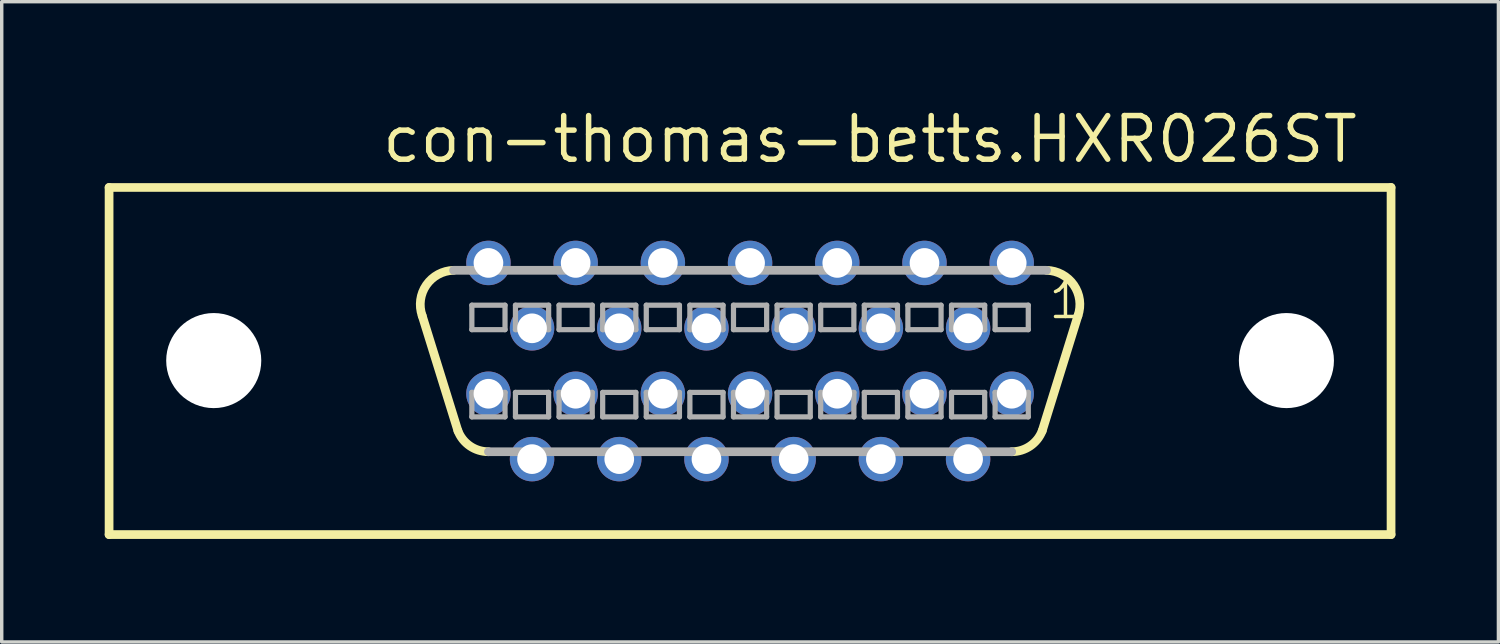
<source format=kicad_pcb>
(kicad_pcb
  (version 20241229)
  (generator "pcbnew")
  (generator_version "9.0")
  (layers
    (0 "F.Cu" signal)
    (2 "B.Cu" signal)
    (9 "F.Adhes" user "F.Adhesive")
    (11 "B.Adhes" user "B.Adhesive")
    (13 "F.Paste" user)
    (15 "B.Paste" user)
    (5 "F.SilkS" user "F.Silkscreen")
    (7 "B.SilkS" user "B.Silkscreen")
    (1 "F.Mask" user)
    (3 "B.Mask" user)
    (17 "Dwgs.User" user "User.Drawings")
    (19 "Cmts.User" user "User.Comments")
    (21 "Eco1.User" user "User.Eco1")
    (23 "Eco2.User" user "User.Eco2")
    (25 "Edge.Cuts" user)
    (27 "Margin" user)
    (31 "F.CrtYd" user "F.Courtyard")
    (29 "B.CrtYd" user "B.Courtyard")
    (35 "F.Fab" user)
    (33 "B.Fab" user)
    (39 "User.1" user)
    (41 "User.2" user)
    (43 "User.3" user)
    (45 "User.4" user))
  (footprint "con-thomas-betts.HXR026ST"
    (layer "F.Cu")
    (at 18.796 7.465)
    (property "Reference" "con-thomas-betts.HXR026ST" (at -10.795 -5.715 0) (layer "F.SilkS") (effects (font (size 1.27 1.27) (thickness 0.16)) (justify left bottom)))
    (attr through_hole)
    (fp_line (start -18.669 -5.055) (end 18.669 -5.055) (stroke (width 0.254) (type default)) (layer "F.SilkS"))
    (fp_line (start -18.669 5.055) (end -18.669 -5.055) (stroke (width 0.254) (type default)) (layer "F.SilkS"))
    (fp_line (start -8.509 2.032) (end -9.55 -1.321) (stroke (width 0.254) (type default)) (layer "F.SilkS"))
    (fp_line (start 8.509 2.032) (end 9.55 -1.321) (stroke (width 0.254) (type default)) (layer "F.SilkS"))
    (fp_line (start 18.669 -5.055) (end 18.669 5.055) (stroke (width 0.254) (type default)) (layer "F.SilkS"))
    (fp_line (start 18.669 5.055) (end -18.669 5.055) (stroke (width 0.254) (type default)) (layer "F.SilkS"))
    (fp_arc (start -9.5504 -1.3208) (mid -9.428543 -2.213361) (end -8.636 -2.6416) (stroke (width 0.254) (type default)) (layer "F.SilkS"))
    (fp_arc (start -7.62 2.6416) (mid -8.159029 2.474654) (end -8.509 2.032) (stroke (width 0.254) (type default)) (layer "F.SilkS"))
    (fp_arc (start 8.509 2.032) (mid 8.159029 2.474654) (end 7.62 2.6416) (stroke (width 0.254) (type default)) (layer "F.SilkS"))
    (fp_arc (start 8.636 -2.6416) (mid 9.428543 -2.213361) (end 9.5504 -1.3208) (stroke (width 0.254) (type default)) (layer "F.SilkS"))
    (fp_line (start -8.103 -1.626) (end -8.103 -0.914) (stroke (width 0.152) (type default)) (layer "F.Fab"))
    (fp_line (start -8.103 -0.914) (end -7.137 -0.914) (stroke (width 0.152) (type default)) (layer "F.Fab"))
    (fp_line (start -8.103 0.914) (end -8.103 1.626) (stroke (width 0.152) (type default)) (layer "F.Fab"))
    (fp_line (start -8.103 1.626) (end -7.137 1.626) (stroke (width 0.152) (type default)) (layer "F.Fab"))
    (fp_line (start -7.137 -1.626) (end -8.103 -1.626) (stroke (width 0.152) (type default)) (layer "F.Fab"))
    (fp_line (start -7.137 -0.914) (end -7.137 -1.626) (stroke (width 0.152) (type default)) (layer "F.Fab"))
    (fp_line (start -7.137 0.914) (end -8.103 0.914) (stroke (width 0.152) (type default)) (layer "F.Fab"))
    (fp_line (start -7.137 1.626) (end -7.137 0.914) (stroke (width 0.152) (type default)) (layer "F.Fab"))
    (fp_line (start -6.833 -1.626) (end -6.833 -0.914) (stroke (width 0.152) (type default)) (layer "F.Fab"))
    (fp_line (start -6.833 -0.914) (end -5.867 -0.914) (stroke (width 0.152) (type default)) (layer "F.Fab"))
    (fp_line (start -6.833 0.914) (end -6.833 1.626) (stroke (width 0.152) (type default)) (layer "F.Fab"))
    (fp_line (start -6.833 1.626) (end -5.867 1.626) (stroke (width 0.152) (type default)) (layer "F.Fab"))
    (fp_line (start -5.867 -1.626) (end -6.833 -1.626) (stroke (width 0.152) (type default)) (layer "F.Fab"))
    (fp_line (start -5.867 -0.914) (end -5.867 -1.626) (stroke (width 0.152) (type default)) (layer "F.Fab"))
    (fp_line (start -5.867 0.914) (end -6.833 0.914) (stroke (width 0.152) (type default)) (layer "F.Fab"))
    (fp_line (start -5.867 1.626) (end -5.867 0.914) (stroke (width 0.152) (type default)) (layer "F.Fab"))
    (fp_line (start -5.563 -1.626) (end -5.563 -0.914) (stroke (width 0.152) (type default)) (layer "F.Fab"))
    (fp_line (start -5.563 -0.914) (end -4.597 -0.914) (stroke (width 0.152) (type default)) (layer "F.Fab"))
    (fp_line (start -5.563 0.914) (end -5.563 1.626) (stroke (width 0.152) (type default)) (layer "F.Fab"))
    (fp_line (start -5.563 1.626) (end -4.597 1.626) (stroke (width 0.152) (type default)) (layer "F.Fab"))
    (fp_line (start -4.597 -1.626) (end -5.563 -1.626) (stroke (width 0.152) (type default)) (layer "F.Fab"))
    (fp_line (start -4.597 -0.914) (end -4.597 -1.626) (stroke (width 0.152) (type default)) (layer "F.Fab"))
    (fp_line (start -4.597 0.914) (end -5.563 0.914) (stroke (width 0.152) (type default)) (layer "F.Fab"))
    (fp_line (start -4.597 1.626) (end -4.597 0.914) (stroke (width 0.152) (type default)) (layer "F.Fab"))
    (fp_line (start -4.293 -1.626) (end -4.293 -0.914) (stroke (width 0.152) (type default)) (layer "F.Fab"))
    (fp_line (start -4.293 -0.914) (end -3.327 -0.914) (stroke (width 0.152) (type default)) (layer "F.Fab"))
    (fp_line (start -4.293 0.914) (end -4.293 1.626) (stroke (width 0.152) (type default)) (layer "F.Fab"))
    (fp_line (start -4.293 1.626) (end -3.327 1.626) (stroke (width 0.152) (type default)) (layer "F.Fab"))
    (fp_line (start -3.327 -1.626) (end -4.293 -1.626) (stroke (width 0.152) (type default)) (layer "F.Fab"))
    (fp_line (start -3.327 -0.914) (end -3.327 -1.626) (stroke (width 0.152) (type default)) (layer "F.Fab"))
    (fp_line (start -3.327 0.914) (end -4.293 0.914) (stroke (width 0.152) (type default)) (layer "F.Fab"))
    (fp_line (start -3.327 1.626) (end -3.327 0.914) (stroke (width 0.152) (type default)) (layer "F.Fab"))
    (fp_line (start -3.023 -1.626) (end -3.023 -0.914) (stroke (width 0.152) (type default)) (layer "F.Fab"))
    (fp_line (start -3.023 -0.914) (end -2.057 -0.914) (stroke (width 0.152) (type default)) (layer "F.Fab"))
    (fp_line (start -3.023 0.914) (end -3.023 1.626) (stroke (width 0.152) (type default)) (layer "F.Fab"))
    (fp_line (start -3.023 1.626) (end -2.057 1.626) (stroke (width 0.152) (type default)) (layer "F.Fab"))
    (fp_line (start -2.057 -1.626) (end -3.023 -1.626) (stroke (width 0.152) (type default)) (layer "F.Fab"))
    (fp_line (start -2.057 -0.914) (end -2.057 -1.626) (stroke (width 0.152) (type default)) (layer "F.Fab"))
    (fp_line (start -2.057 0.914) (end -3.023 0.914) (stroke (width 0.152) (type default)) (layer "F.Fab"))
    (fp_line (start -2.057 1.626) (end -2.057 0.914) (stroke (width 0.152) (type default)) (layer "F.Fab"))
    (fp_line (start -1.753 -1.626) (end -1.753 -0.914) (stroke (width 0.152) (type default)) (layer "F.Fab"))
    (fp_line (start -1.753 -0.914) (end -0.787 -0.914) (stroke (width 0.152) (type default)) (layer "F.Fab"))
    (fp_line (start -1.753 0.914) (end -1.753 1.626) (stroke (width 0.152) (type default)) (layer "F.Fab"))
    (fp_line (start -1.753 1.626) (end -0.787 1.626) (stroke (width 0.152) (type default)) (layer "F.Fab"))
    (fp_line (start -0.787 -1.626) (end -1.753 -1.626) (stroke (width 0.152) (type default)) (layer "F.Fab"))
    (fp_line (start -0.787 -0.914) (end -0.787 -1.626) (stroke (width 0.152) (type default)) (layer "F.Fab"))
    (fp_line (start -0.787 0.914) (end -1.753 0.914) (stroke (width 0.152) (type default)) (layer "F.Fab"))
    (fp_line (start -0.787 1.626) (end -0.787 0.914) (stroke (width 0.152) (type default)) (layer "F.Fab"))
    (fp_line (start -0.483 -1.626) (end -0.483 -0.914) (stroke (width 0.152) (type default)) (layer "F.Fab"))
    (fp_line (start -0.483 -0.914) (end 0.483 -0.914) (stroke (width 0.152) (type default)) (layer "F.Fab"))
    (fp_line (start -0.483 0.914) (end -0.483 1.626) (stroke (width 0.152) (type default)) (layer "F.Fab"))
    (fp_line (start -0.483 1.626) (end 0.483 1.626) (stroke (width 0.152) (type default)) (layer "F.Fab"))
    (fp_line (start 0.483 -1.626) (end -0.483 -1.626) (stroke (width 0.152) (type default)) (layer "F.Fab"))
    (fp_line (start 0.483 -0.914) (end 0.483 -1.626) (stroke (width 0.152) (type default)) (layer "F.Fab"))
    (fp_line (start 0.483 0.914) (end -0.483 0.914) (stroke (width 0.152) (type default)) (layer "F.Fab"))
    (fp_line (start 0.483 1.626) (end 0.483 0.914) (stroke (width 0.152) (type default)) (layer "F.Fab"))
    (fp_line (start 0.787 -1.626) (end 0.787 -0.914) (stroke (width 0.152) (type default)) (layer "F.Fab"))
    (fp_line (start 0.787 -0.914) (end 1.753 -0.914) (stroke (width 0.152) (type default)) (layer "F.Fab"))
    (fp_line (start 0.787 0.914) (end 0.787 1.626) (stroke (width 0.152) (type default)) (layer "F.Fab"))
    (fp_line (start 0.787 1.626) (end 1.753 1.626) (stroke (width 0.152) (type default)) (layer "F.Fab"))
    (fp_line (start 1.753 -1.626) (end 0.787 -1.626) (stroke (width 0.152) (type default)) (layer "F.Fab"))
    (fp_line (start 1.753 -0.914) (end 1.753 -1.626) (stroke (width 0.152) (type default)) (layer "F.Fab"))
    (fp_line (start 1.753 0.914) (end 0.787 0.914) (stroke (width 0.152) (type default)) (layer "F.Fab"))
    (fp_line (start 1.753 1.626) (end 1.753 0.914) (stroke (width 0.152) (type default)) (layer "F.Fab"))
    (fp_line (start 2.057 -1.626) (end 2.057 -0.914) (stroke (width 0.152) (type default)) (layer "F.Fab"))
    (fp_line (start 2.057 -0.914) (end 3.023 -0.914) (stroke (width 0.152) (type default)) (layer "F.Fab"))
    (fp_line (start 2.057 0.914) (end 2.057 1.626) (stroke (width 0.152) (type default)) (layer "F.Fab"))
    (fp_line (start 2.057 1.626) (end 3.023 1.626) (stroke (width 0.152) (type default)) (layer "F.Fab"))
    (fp_line (start 3.023 -1.626) (end 2.057 -1.626) (stroke (width 0.152) (type default)) (layer "F.Fab"))
    (fp_line (start 3.023 -0.914) (end 3.023 -1.626) (stroke (width 0.152) (type default)) (layer "F.Fab"))
    (fp_line (start 3.023 0.914) (end 2.057 0.914) (stroke (width 0.152) (type default)) (layer "F.Fab"))
    (fp_line (start 3.023 1.626) (end 3.023 0.914) (stroke (width 0.152) (type default)) (layer "F.Fab"))
    (fp_line (start 3.327 -1.626) (end 3.327 -0.914) (stroke (width 0.152) (type default)) (layer "F.Fab"))
    (fp_line (start 3.327 -0.914) (end 4.293 -0.914) (stroke (width 0.152) (type default)) (layer "F.Fab"))
    (fp_line (start 3.327 0.914) (end 3.327 1.626) (stroke (width 0.152) (type default)) (layer "F.Fab"))
    (fp_line (start 3.327 1.626) (end 4.293 1.626) (stroke (width 0.152) (type default)) (layer "F.Fab"))
    (fp_line (start 4.293 -1.626) (end 3.327 -1.626) (stroke (width 0.152) (type default)) (layer "F.Fab"))
    (fp_line (start 4.293 -0.914) (end 4.293 -1.626) (stroke (width 0.152) (type default)) (layer "F.Fab"))
    (fp_line (start 4.293 0.914) (end 3.327 0.914) (stroke (width 0.152) (type default)) (layer "F.Fab"))
    (fp_line (start 4.293 1.626) (end 4.293 0.914) (stroke (width 0.152) (type default)) (layer "F.Fab"))
    (fp_line (start 4.597 -1.626) (end 4.597 -0.914) (stroke (width 0.152) (type default)) (layer "F.Fab"))
    (fp_line (start 4.597 -0.914) (end 5.563 -0.914) (stroke (width 0.152) (type default)) (layer "F.Fab"))
    (fp_line (start 4.597 0.914) (end 4.597 1.626) (stroke (width 0.152) (type default)) (layer "F.Fab"))
    (fp_line (start 4.597 1.626) (end 5.563 1.626) (stroke (width 0.152) (type default)) (layer "F.Fab"))
    (fp_line (start 5.563 -1.626) (end 4.597 -1.626) (stroke (width 0.152) (type default)) (layer "F.Fab"))
    (fp_line (start 5.563 -0.914) (end 5.563 -1.626) (stroke (width 0.152) (type default)) (layer "F.Fab"))
    (fp_line (start 5.563 0.914) (end 4.597 0.914) (stroke (width 0.152) (type default)) (layer "F.Fab"))
    (fp_line (start 5.563 1.626) (end 5.563 0.914) (stroke (width 0.152) (type default)) (layer "F.Fab"))
    (fp_line (start 5.867 -1.626) (end 5.867 -0.914) (stroke (width 0.152) (type default)) (layer "F.Fab"))
    (fp_line (start 5.867 -0.914) (end 6.833 -0.914) (stroke (width 0.152) (type default)) (layer "F.Fab"))
    (fp_line (start 5.867 0.914) (end 5.867 1.626) (stroke (width 0.152) (type default)) (layer "F.Fab"))
    (fp_line (start 5.867 1.626) (end 6.833 1.626) (stroke (width 0.152) (type default)) (layer "F.Fab"))
    (fp_line (start 6.833 -1.626) (end 5.867 -1.626) (stroke (width 0.152) (type default)) (layer "F.Fab"))
    (fp_line (start 6.833 -0.914) (end 6.833 -1.626) (stroke (width 0.152) (type default)) (layer "F.Fab"))
    (fp_line (start 6.833 0.914) (end 5.867 0.914) (stroke (width 0.152) (type default)) (layer "F.Fab"))
    (fp_line (start 6.833 1.626) (end 6.833 0.914) (stroke (width 0.152) (type default)) (layer "F.Fab"))
    (fp_line (start 7.137 -1.626) (end 7.137 -0.914) (stroke (width 0.152) (type default)) (layer "F.Fab"))
    (fp_line (start 7.137 -0.914) (end 8.103 -0.914) (stroke (width 0.152) (type default)) (layer "F.Fab"))
    (fp_line (start 7.137 0.914) (end 7.137 1.626) (stroke (width 0.152) (type default)) (layer "F.Fab"))
    (fp_line (start 7.137 1.626) (end 8.103 1.626) (stroke (width 0.152) (type default)) (layer "F.Fab"))
    (fp_line (start 7.62 2.642) (end -7.62 2.642) (stroke (width 0.254) (type default)) (layer "F.Fab"))
    (fp_line (start 8.103 -1.626) (end 7.137 -1.626) (stroke (width 0.152) (type default)) (layer "F.Fab"))
    (fp_line (start 8.103 -0.914) (end 8.103 -1.626) (stroke (width 0.152) (type default)) (layer "F.Fab"))
    (fp_line (start 8.103 0.914) (end 7.137 0.914) (stroke (width 0.152) (type default)) (layer "F.Fab"))
    (fp_line (start 8.103 1.626) (end 8.103 0.914) (stroke (width 0.152) (type default)) (layer "F.Fab"))
    (fp_line (start 8.636 -2.642) (end -8.636 -2.642) (stroke (width 0.254) (type default)) (layer "F.Fab"))
    (fp_text user "1" (at 8.636 -1.168 0) (layer "F.SilkS") (effects (font (size 1.016 1.016) (thickness 0.1)) (justify left bottom)))
    (pad "" np_thru_hole circle (at -15.621 -0.013) (size 2.769 2.769) (drill 2.769) (layers "*.Cu" "*.Mask"))
    (pad "" np_thru_hole circle (at 15.621 -0.013) (size 2.769 2.769) (drill 2.769) (layers "*.Cu" "*.Mask"))
    (pad "1" thru_hole circle (at 7.62 -2.857) (size 1.295 1.295) (drill 0.864) (layers "*.Cu" "*.Mask"))
    (pad "2" thru_hole circle (at 6.35 -0.953) (size 1.295 1.295) (drill 0.864) (layers "*.Cu" "*.Mask"))
    (pad "3" thru_hole circle (at 5.08 -2.857) (size 1.295 1.295) (drill 0.864) (layers "*.Cu" "*.Mask"))
    (pad "4" thru_hole circle (at 3.81 -0.953) (size 1.295 1.295) (drill 0.864) (layers "*.Cu" "*.Mask"))
    (pad "5" thru_hole circle (at 2.54 -2.857) (size 1.295 1.295) (drill 0.864) (layers "*.Cu" "*.Mask"))
    (pad "6" thru_hole circle (at 1.27 -0.953) (size 1.295 1.295) (drill 0.864) (layers "*.Cu" "*.Mask"))
    (pad "7" thru_hole circle (at 0 -2.857) (size 1.295 1.295) (drill 0.864) (layers "*.Cu" "*.Mask"))
    (pad "8" thru_hole circle (at -1.27 -0.953) (size 1.295 1.295) (drill 0.864) (layers "*.Cu" "*.Mask"))
    (pad "9" thru_hole circle (at -2.54 -2.857) (size 1.295 1.295) (drill 0.864) (layers "*.Cu" "*.Mask"))
    (pad "10" thru_hole circle (at -3.81 -0.953) (size 1.295 1.295) (drill 0.864) (layers "*.Cu" "*.Mask"))
    (pad "11" thru_hole circle (at -5.08 -2.857) (size 1.295 1.295) (drill 0.864) (layers "*.Cu" "*.Mask"))
    (pad "12" thru_hole circle (at -6.35 -0.953) (size 1.295 1.295) (drill 0.864) (layers "*.Cu" "*.Mask"))
    (pad "13" thru_hole circle (at -7.62 -2.857) (size 1.295 1.295) (drill 0.864) (layers "*.Cu" "*.Mask"))
    (pad "14" thru_hole circle (at 7.62 0.953) (size 1.295 1.295) (drill 0.864) (layers "*.Cu" "*.Mask"))
    (pad "15" thru_hole circle (at 6.35 2.857) (size 1.295 1.295) (drill 0.864) (layers "*.Cu" "*.Mask"))
    (pad "16" thru_hole circle (at 5.08 0.953) (size 1.295 1.295) (drill 0.864) (layers "*.Cu" "*.Mask"))
    (pad "17" thru_hole circle (at 3.81 2.857) (size 1.295 1.295) (drill 0.864) (layers "*.Cu" "*.Mask"))
    (pad "18" thru_hole circle (at 2.54 0.953) (size 1.295 1.295) (drill 0.864) (layers "*.Cu" "*.Mask"))
    (pad "19" thru_hole circle (at 1.27 2.857) (size 1.295 1.295) (drill 0.864) (layers "*.Cu" "*.Mask"))
    (pad "20" thru_hole circle (at 0 0.953) (size 1.295 1.295) (drill 0.864) (layers "*.Cu" "*.Mask"))
    (pad "21" thru_hole circle (at -1.27 2.857) (size 1.295 1.295) (drill 0.864) (layers "*.Cu" "*.Mask"))
    (pad "22" thru_hole circle (at -2.54 0.953) (size 1.295 1.295) (drill 0.864) (layers "*.Cu" "*.Mask"))
    (pad "23" thru_hole circle (at -3.81 2.857) (size 1.295 1.295) (drill 0.864) (layers "*.Cu" "*.Mask"))
    (pad "24" thru_hole circle (at -5.08 0.953) (size 1.295 1.295) (drill 0.864) (layers "*.Cu" "*.Mask"))
    (pad "25" thru_hole circle (at -6.35 2.857) (size 1.295 1.295) (drill 0.864) (layers "*.Cu" "*.Mask"))
    (pad "26" thru_hole circle (at -7.62 0.953) (size 1.295 1.295) (drill 0.864) (layers "*.Cu" "*.Mask")))
  (gr_rect
    (start -3 -3)
    (end 40.592 15.647)
    (stroke (width 0.1) (type default))
    (fill no)
    (layer "Edge.Cuts")))
</source>
